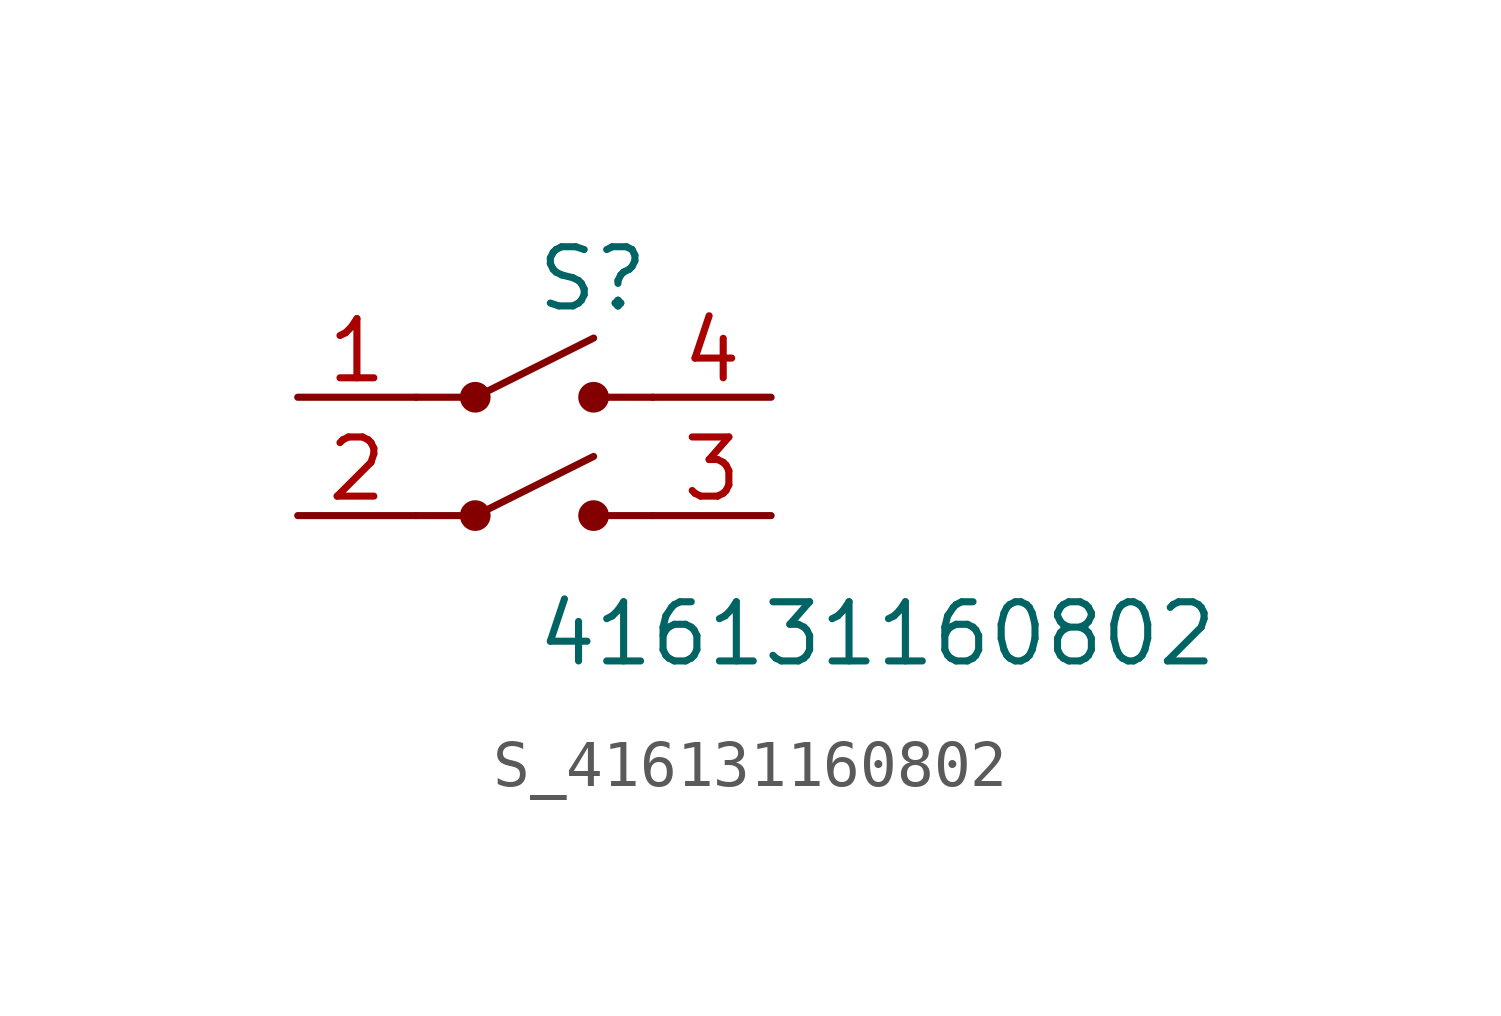
<source format=kicad_sym>
(kicad_symbol_lib
  (version 20231120)
  (generator kicad_symbol_editor)
  (generator_version 8.0)
  (symbol "S_416131160802"
    (pin_names
      (offset 0.254))
    (property "Reference" "S"
      (at 0.0 3.81 0)
      (effects (font (size 1.27 1.27)) (justify left)))
    (property "Value" "416131160802"
      (at 0.0 -3.81 0)
      (effects (font (size 1.27 1.27)) (justify left)))
    (symbol "S_416131160802_0_0"
      (pin unspecified line (at -5.08 1.27 0) (length 2.54) (name "" (effects (font (size 1.27 1.27)))) (number "1" (effects (font (size 1.27 1.27)))))
      (pin unspecified line (at -5.08 -1.27 0) (length 2.54) (name "" (effects (font (size 1.27 1.27)))) (number "2" (effects (font (size 1.27 1.27)))))
      (pin unspecified line (at 5.08 1.27 180) (length 2.54) (name "" (effects (font (size 1.27 1.27)))) (number "4" (effects (font (size 1.27 1.27)))))
      (pin unspecified line (at 5.08 -1.27 180) (length 2.54) (name "" (effects (font (size 1.27 1.27)))) (number "3" (effects (font (size 1.27 1.27)))))
      (polyline (pts (xy -2.54 1.27) (xy -1.27 1.27) (xy 1.27 2.54)) (stroke (width 0) (type default)) (fill (type none)))
      (circle (center -1.27 1.27) (radius 0.254) (stroke (width 0) (type solid)) (fill (type outline)))
      (circle (center 1.27 1.27) (radius 0.254) (stroke (width 0) (type solid)) (fill (type outline)))
      (polyline (pts (xy 2.54 1.27) (xy 1.27 1.27)) (stroke (width 0) (type default)) (fill (type none)))
      (polyline (pts (xy -2.54 -1.27) (xy -1.27 -1.27) (xy 1.27 0.0)) (stroke (width 0) (type default)) (fill (type none)))
      (circle (center -1.27 -1.27) (radius 0.254) (stroke (width 0) (type solid)) (fill (type outline)))
      (circle (center 1.27 -1.27) (radius 0.254) (stroke (width 0) (type solid)) (fill (type outline)))
      (polyline (pts (xy 2.54 -1.27) (xy 1.27 -1.27)) (stroke (width 0) (type default)) (fill (type none))))
    (symbol "S_416131160802_1_0")))
</source>
